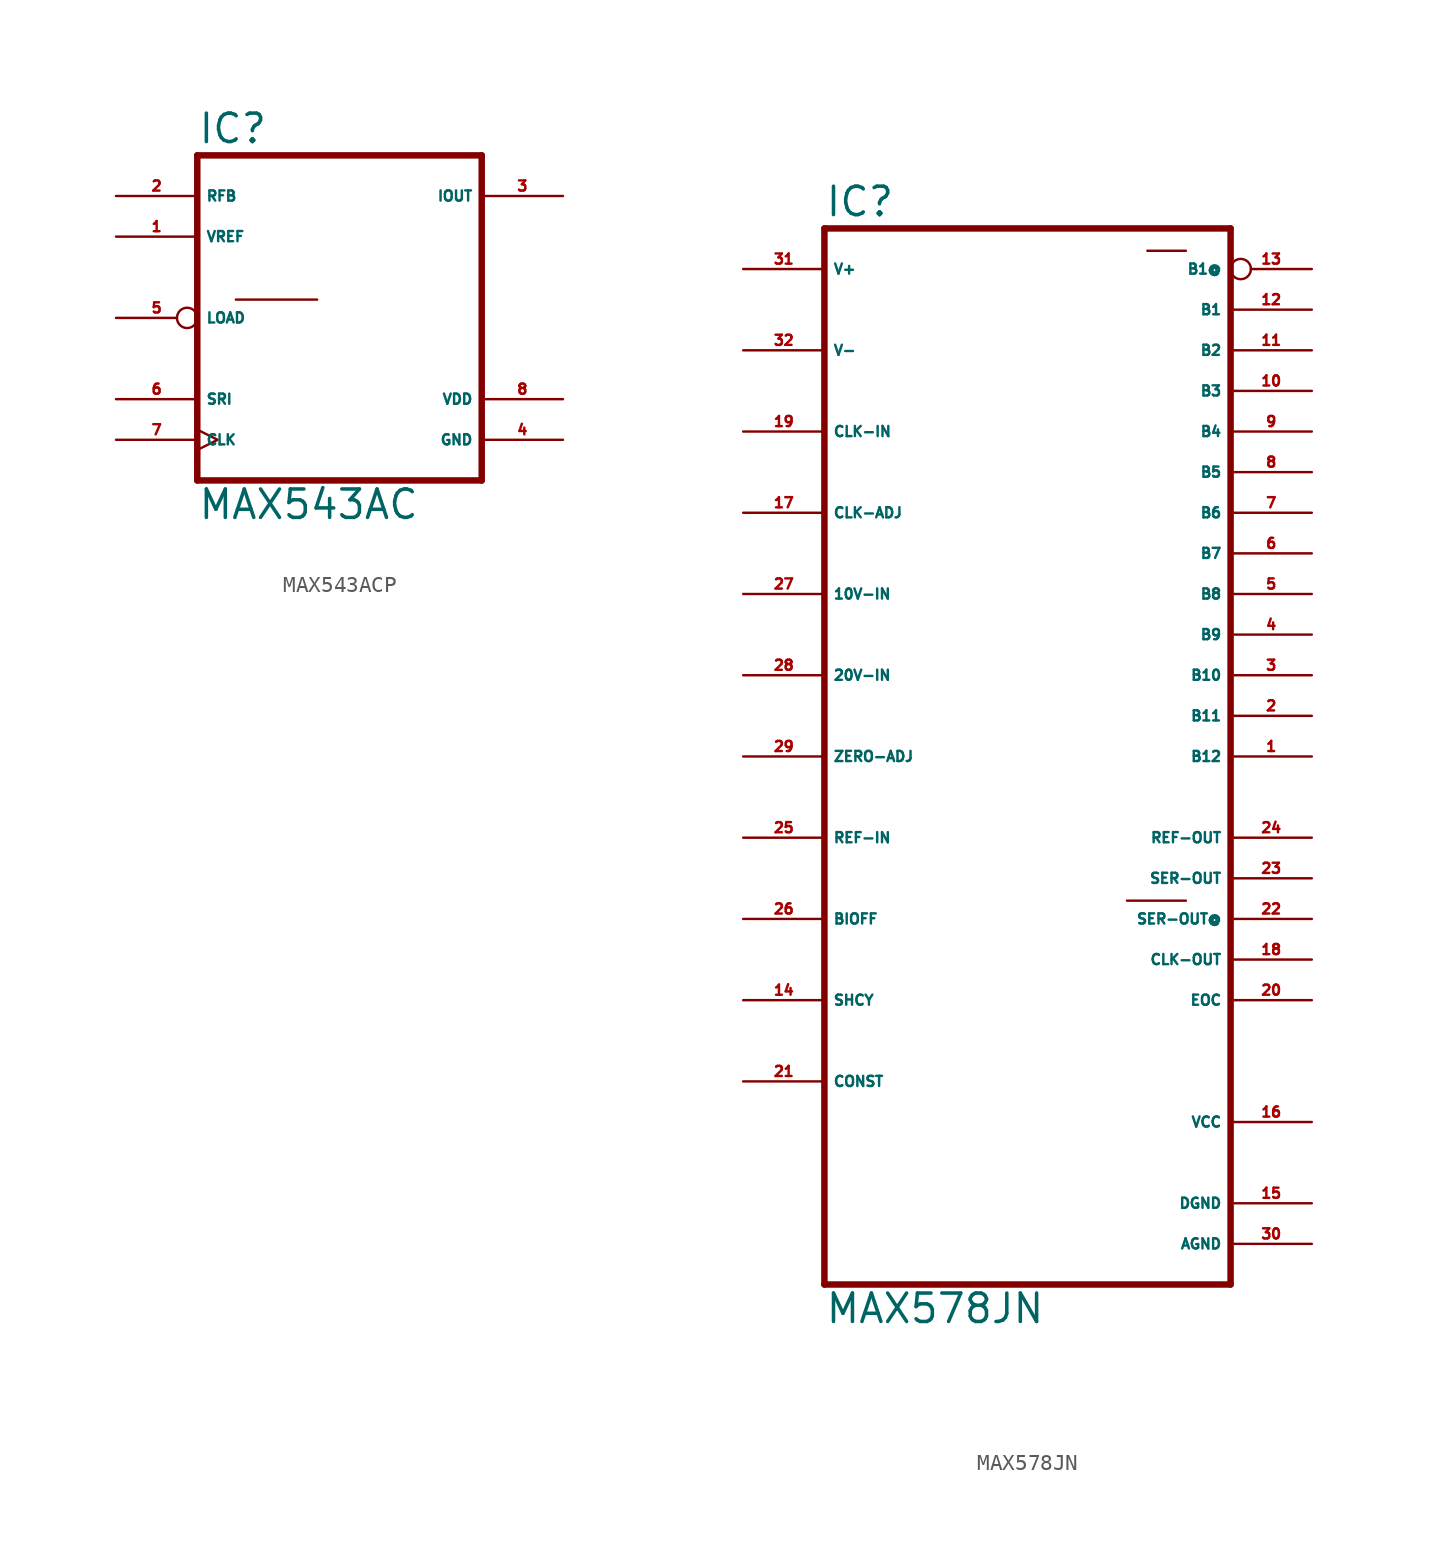
<source format=kicad_sym>
(kicad_symbol_lib
  (version 20220914)
  (generator Eagle2Kicad)
  (symbol "MAX543ACP"
    (property "Reference" "IC"
      (at -10.16 10.795 0)
      (effects (font (size 1.778 1.778) (thickness 0.22)) (justify left bottom)))
    (property "Value" "MAX543AC"
      (at -10.16 -12.7 0)
      (effects (font (size 1.778 1.778) (thickness 0.22)) (justify left bottom)))
    (polyline
      (pts (xy 7.62 -10.16) (xy -10.16 -10.16))
      (stroke (width 0.406) (type default))
      (fill (type none)))
    (polyline
      (pts (xy -10.16 10.16) (xy -10.16 -10.16))
      (stroke (width 0.406) (type default))
      (fill (type none)))
    (polyline
      (pts (xy -10.16 10.16) (xy 7.62 10.16))
      (stroke (width 0.406) (type default))
      (fill (type none)))
    (polyline
      (pts (xy 7.62 -10.16) (xy 7.62 10.16))
      (stroke (width 0.406) (type default))
      (fill (type none)))
    (polyline
      (pts (xy -7.747 1.143) (xy -2.667 1.143))
      (stroke (width 0.152) (type default))
      (fill (type none)))
    (pin unspecified line
      (at 12.7 -7.62 180)
      (length 5.08)
      (name "GND" (effects (font (size 0.635 0.635) (thickness 0.08)) (justify left bottom)))
      (number "4" (effects (font (size 0.635 0.635) (thickness 0.08)) (justify left bottom))))
    (pin input line
      (at -15.24 7.62 0)
      (length 5.08)
      (name "RFB" (effects (font (size 0.635 0.635) (thickness 0.08)) (justify left bottom)))
      (number "2" (effects (font (size 0.635 0.635) (thickness 0.08)) (justify left bottom))))
    (pin output line
      (at 12.7 7.62 180)
      (length 5.08)
      (name "IOUT" (effects (font (size 0.635 0.635) (thickness 0.08)) (justify left bottom)))
      (number "3" (effects (font (size 0.635 0.635) (thickness 0.08)) (justify left bottom))))
    (pin input inverted
      (at -15.24 0 0)
      (length 5.08)
      (name "LOAD" (effects (font (size 0.635 0.635) (thickness 0.08)) (justify left bottom)))
      (number "5" (effects (font (size 0.635 0.635) (thickness 0.08)) (justify left bottom))))
    (pin input line
      (at -15.24 5.08 0)
      (length 5.08)
      (name "VREF" (effects (font (size 0.635 0.635) (thickness 0.08)) (justify left bottom)))
      (number "1" (effects (font (size 0.635 0.635) (thickness 0.08)) (justify left bottom))))
    (pin unspecified line
      (at 12.7 -5.08 180)
      (length 5.08)
      (name "VDD" (effects (font (size 0.635 0.635) (thickness 0.08)) (justify left bottom)))
      (number "8" (effects (font (size 0.635 0.635) (thickness 0.08)) (justify left bottom))))
    (pin input clock
      (at -15.24 -7.62 0)
      (length 5.08)
      (name "CLK" (effects (font (size 0.635 0.635) (thickness 0.08)) (justify left bottom)))
      (number "7" (effects (font (size 0.635 0.635) (thickness 0.08)) (justify left bottom))))
    (pin input line
      (at -15.24 -5.08 0)
      (length 5.08)
      (name "SRI" (effects (font (size 0.635 0.635) (thickness 0.08)) (justify left bottom)))
      (number "6" (effects (font (size 0.635 0.635) (thickness 0.08)) (justify left bottom)))))
  (symbol "MAX578JN"
    (property "Reference" "IC"
      (at -12.7 28.575 0)
      (effects (font (size 1.778 1.778) (thickness 0.22)) (justify left bottom)))
    (property "Value" "MAX578JN"
      (at -12.7 -40.64 0)
      (effects (font (size 1.778 1.778) (thickness 0.22)) (justify left bottom)))
    (polyline
      (pts (xy 12.7 -38.1) (xy -12.7 -38.1))
      (stroke (width 0.406) (type default))
      (fill (type none)))
    (polyline
      (pts (xy -12.7 27.94) (xy -12.7 -38.1))
      (stroke (width 0.406) (type default))
      (fill (type none)))
    (polyline
      (pts (xy -12.7 27.94) (xy 12.7 27.94))
      (stroke (width 0.406) (type default))
      (fill (type none)))
    (polyline
      (pts (xy 12.7 -38.1) (xy 12.7 27.94))
      (stroke (width 0.406) (type default))
      (fill (type none)))
    (polyline
      (pts (xy 7.493 26.543) (xy 9.906 26.543))
      (stroke (width 0.152) (type default))
      (fill (type none)))
    (polyline
      (pts (xy 6.223 -14.097) (xy 9.906 -14.097))
      (stroke (width 0.152) (type default))
      (fill (type none)))
    (pin tri_state inverted
      (at 17.78 25.4 180)
      (length 5.08)
      (name "B1@" (effects (font (size 0.635 0.635) (thickness 0.08)) (justify left bottom)))
      (number "13" (effects (font (size 0.635 0.635) (thickness 0.08)) (justify left bottom))))
    (pin tri_state line
      (at 17.78 22.86 180)
      (length 5.08)
      (name "B1" (effects (font (size 0.635 0.635) (thickness 0.08)) (justify left bottom)))
      (number "12" (effects (font (size 0.635 0.635) (thickness 0.08)) (justify left bottom))))
    (pin tri_state line
      (at 17.78 20.32 180)
      (length 5.08)
      (name "B2" (effects (font (size 0.635 0.635) (thickness 0.08)) (justify left bottom)))
      (number "11" (effects (font (size 0.635 0.635) (thickness 0.08)) (justify left bottom))))
    (pin tri_state line
      (at 17.78 17.78 180)
      (length 5.08)
      (name "B3" (effects (font (size 0.635 0.635) (thickness 0.08)) (justify left bottom)))
      (number "10" (effects (font (size 0.635 0.635) (thickness 0.08)) (justify left bottom))))
    (pin tri_state line
      (at 17.78 15.24 180)
      (length 5.08)
      (name "B4" (effects (font (size 0.635 0.635) (thickness 0.08)) (justify left bottom)))
      (number "9" (effects (font (size 0.635 0.635) (thickness 0.08)) (justify left bottom))))
    (pin tri_state line
      (at 17.78 12.7 180)
      (length 5.08)
      (name "B5" (effects (font (size 0.635 0.635) (thickness 0.08)) (justify left bottom)))
      (number "8" (effects (font (size 0.635 0.635) (thickness 0.08)) (justify left bottom))))
    (pin tri_state line
      (at 17.78 10.16 180)
      (length 5.08)
      (name "B6" (effects (font (size 0.635 0.635) (thickness 0.08)) (justify left bottom)))
      (number "7" (effects (font (size 0.635 0.635) (thickness 0.08)) (justify left bottom))))
    (pin tri_state line
      (at 17.78 7.62 180)
      (length 5.08)
      (name "B7" (effects (font (size 0.635 0.635) (thickness 0.08)) (justify left bottom)))
      (number "6" (effects (font (size 0.635 0.635) (thickness 0.08)) (justify left bottom))))
    (pin tri_state line
      (at 17.78 5.08 180)
      (length 5.08)
      (name "B8" (effects (font (size 0.635 0.635) (thickness 0.08)) (justify left bottom)))
      (number "5" (effects (font (size 0.635 0.635) (thickness 0.08)) (justify left bottom))))
    (pin tri_state line
      (at 17.78 2.54 180)
      (length 5.08)
      (name "B9" (effects (font (size 0.635 0.635) (thickness 0.08)) (justify left bottom)))
      (number "4" (effects (font (size 0.635 0.635) (thickness 0.08)) (justify left bottom))))
    (pin tri_state line
      (at 17.78 0 180)
      (length 5.08)
      (name "B10" (effects (font (size 0.635 0.635) (thickness 0.08)) (justify left bottom)))
      (number "3" (effects (font (size 0.635 0.635) (thickness 0.08)) (justify left bottom))))
    (pin tri_state line
      (at 17.78 -2.54 180)
      (length 5.08)
      (name "B11" (effects (font (size 0.635 0.635) (thickness 0.08)) (justify left bottom)))
      (number "2" (effects (font (size 0.635 0.635) (thickness 0.08)) (justify left bottom))))
    (pin tri_state line
      (at 17.78 -5.08 180)
      (length 5.08)
      (name "B12" (effects (font (size 0.635 0.635) (thickness 0.08)) (justify left bottom)))
      (number "1" (effects (font (size 0.635 0.635) (thickness 0.08)) (justify left bottom))))
    (pin output line
      (at 17.78 -10.16 180)
      (length 5.08)
      (name "REF-OUT" (effects (font (size 0.635 0.635) (thickness 0.08)) (justify left bottom)))
      (number "24" (effects (font (size 0.635 0.635) (thickness 0.08)) (justify left bottom))))
    (pin output line
      (at 17.78 -15.24 180)
      (length 5.08)
      (name "SER-OUT@" (effects (font (size 0.635 0.635) (thickness 0.08)) (justify left bottom)))
      (number "22" (effects (font (size 0.635 0.635) (thickness 0.08)) (justify left bottom))))
    (pin output line
      (at 17.78 -17.78 180)
      (length 5.08)
      (name "CLK-OUT" (effects (font (size 0.635 0.635) (thickness 0.08)) (justify left bottom)))
      (number "18" (effects (font (size 0.635 0.635) (thickness 0.08)) (justify left bottom))))
    (pin unspecified line
      (at 17.78 -27.94 180)
      (length 5.08)
      (name "VCC" (effects (font (size 0.635 0.635) (thickness 0.08)) (justify left bottom)))
      (number "16" (effects (font (size 0.635 0.635) (thickness 0.08)) (justify left bottom))))
    (pin output line
      (at 17.78 -12.7 180)
      (length 5.08)
      (name "SER-OUT" (effects (font (size 0.635 0.635) (thickness 0.08)) (justify left bottom)))
      (number "23" (effects (font (size 0.635 0.635) (thickness 0.08)) (justify left bottom))))
    (pin output line
      (at 17.78 -33.02 180)
      (length 5.08)
      (name "DGND" (effects (font (size 0.635 0.635) (thickness 0.08)) (justify left bottom)))
      (number "15" (effects (font (size 0.635 0.635) (thickness 0.08)) (justify left bottom))))
    (pin unspecified line
      (at 17.78 -35.56 180)
      (length 5.08)
      (name "AGND" (effects (font (size 0.635 0.635) (thickness 0.08)) (justify left bottom)))
      (number "30" (effects (font (size 0.635 0.635) (thickness 0.08)) (justify left bottom))))
    (pin input line
      (at -17.78 10.16 0)
      (length 5.08)
      (name "CLK-ADJ" (effects (font (size 0.635 0.635) (thickness 0.08)) (justify left bottom)))
      (number "17" (effects (font (size 0.635 0.635) (thickness 0.08)) (justify left bottom))))
    (pin input line
      (at -17.78 15.24 0)
      (length 5.08)
      (name "CLK-IN" (effects (font (size 0.635 0.635) (thickness 0.08)) (justify left bottom)))
      (number "19" (effects (font (size 0.635 0.635) (thickness 0.08)) (justify left bottom))))
    (pin input line
      (at -17.78 5.08 0)
      (length 5.08)
      (name "10V-IN" (effects (font (size 0.635 0.635) (thickness 0.08)) (justify left bottom)))
      (number "27" (effects (font (size 0.635 0.635) (thickness 0.08)) (justify left bottom))))
    (pin input line
      (at -17.78 0 0)
      (length 5.08)
      (name "20V-IN" (effects (font (size 0.635 0.635) (thickness 0.08)) (justify left bottom)))
      (number "28" (effects (font (size 0.635 0.635) (thickness 0.08)) (justify left bottom))))
    (pin input line
      (at -17.78 -10.16 0)
      (length 5.08)
      (name "REF-IN" (effects (font (size 0.635 0.635) (thickness 0.08)) (justify left bottom)))
      (number "25" (effects (font (size 0.635 0.635) (thickness 0.08)) (justify left bottom))))
    (pin input line
      (at -17.78 -20.32 0)
      (length 5.08)
      (name "SHCY" (effects (font (size 0.635 0.635) (thickness 0.08)) (justify left bottom)))
      (number "14" (effects (font (size 0.635 0.635) (thickness 0.08)) (justify left bottom))))
    (pin input line
      (at -17.78 -5.08 0)
      (length 5.08)
      (name "ZERO-ADJ" (effects (font (size 0.635 0.635) (thickness 0.08)) (justify left bottom)))
      (number "29" (effects (font (size 0.635 0.635) (thickness 0.08)) (justify left bottom))))
    (pin output line
      (at 17.78 -20.32 180)
      (length 5.08)
      (name "EOC" (effects (font (size 0.635 0.635) (thickness 0.08)) (justify left bottom)))
      (number "20" (effects (font (size 0.635 0.635) (thickness 0.08)) (justify left bottom))))
    (pin input line
      (at -17.78 -25.4 0)
      (length 5.08)
      (name "CONST" (effects (font (size 0.635 0.635) (thickness 0.08)) (justify left bottom)))
      (number "21" (effects (font (size 0.635 0.635) (thickness 0.08)) (justify left bottom))))
    (pin input line
      (at -17.78 -15.24 0)
      (length 5.08)
      (name "BIOFF" (effects (font (size 0.635 0.635) (thickness 0.08)) (justify left bottom)))
      (number "26" (effects (font (size 0.635 0.635) (thickness 0.08)) (justify left bottom))))
    (pin input line
      (at -17.78 25.4 0)
      (length 5.08)
      (name "V+" (effects (font (size 0.635 0.635) (thickness 0.08)) (justify left bottom)))
      (number "31" (effects (font (size 0.635 0.635) (thickness 0.08)) (justify left bottom))))
    (pin input line
      (at -17.78 20.32 0)
      (length 5.08)
      (name "V-" (effects (font (size 0.635 0.635) (thickness 0.08)) (justify left bottom)))
      (number "32" (effects (font (size 0.635 0.635) (thickness 0.08)) (justify left bottom))))))
</source>
